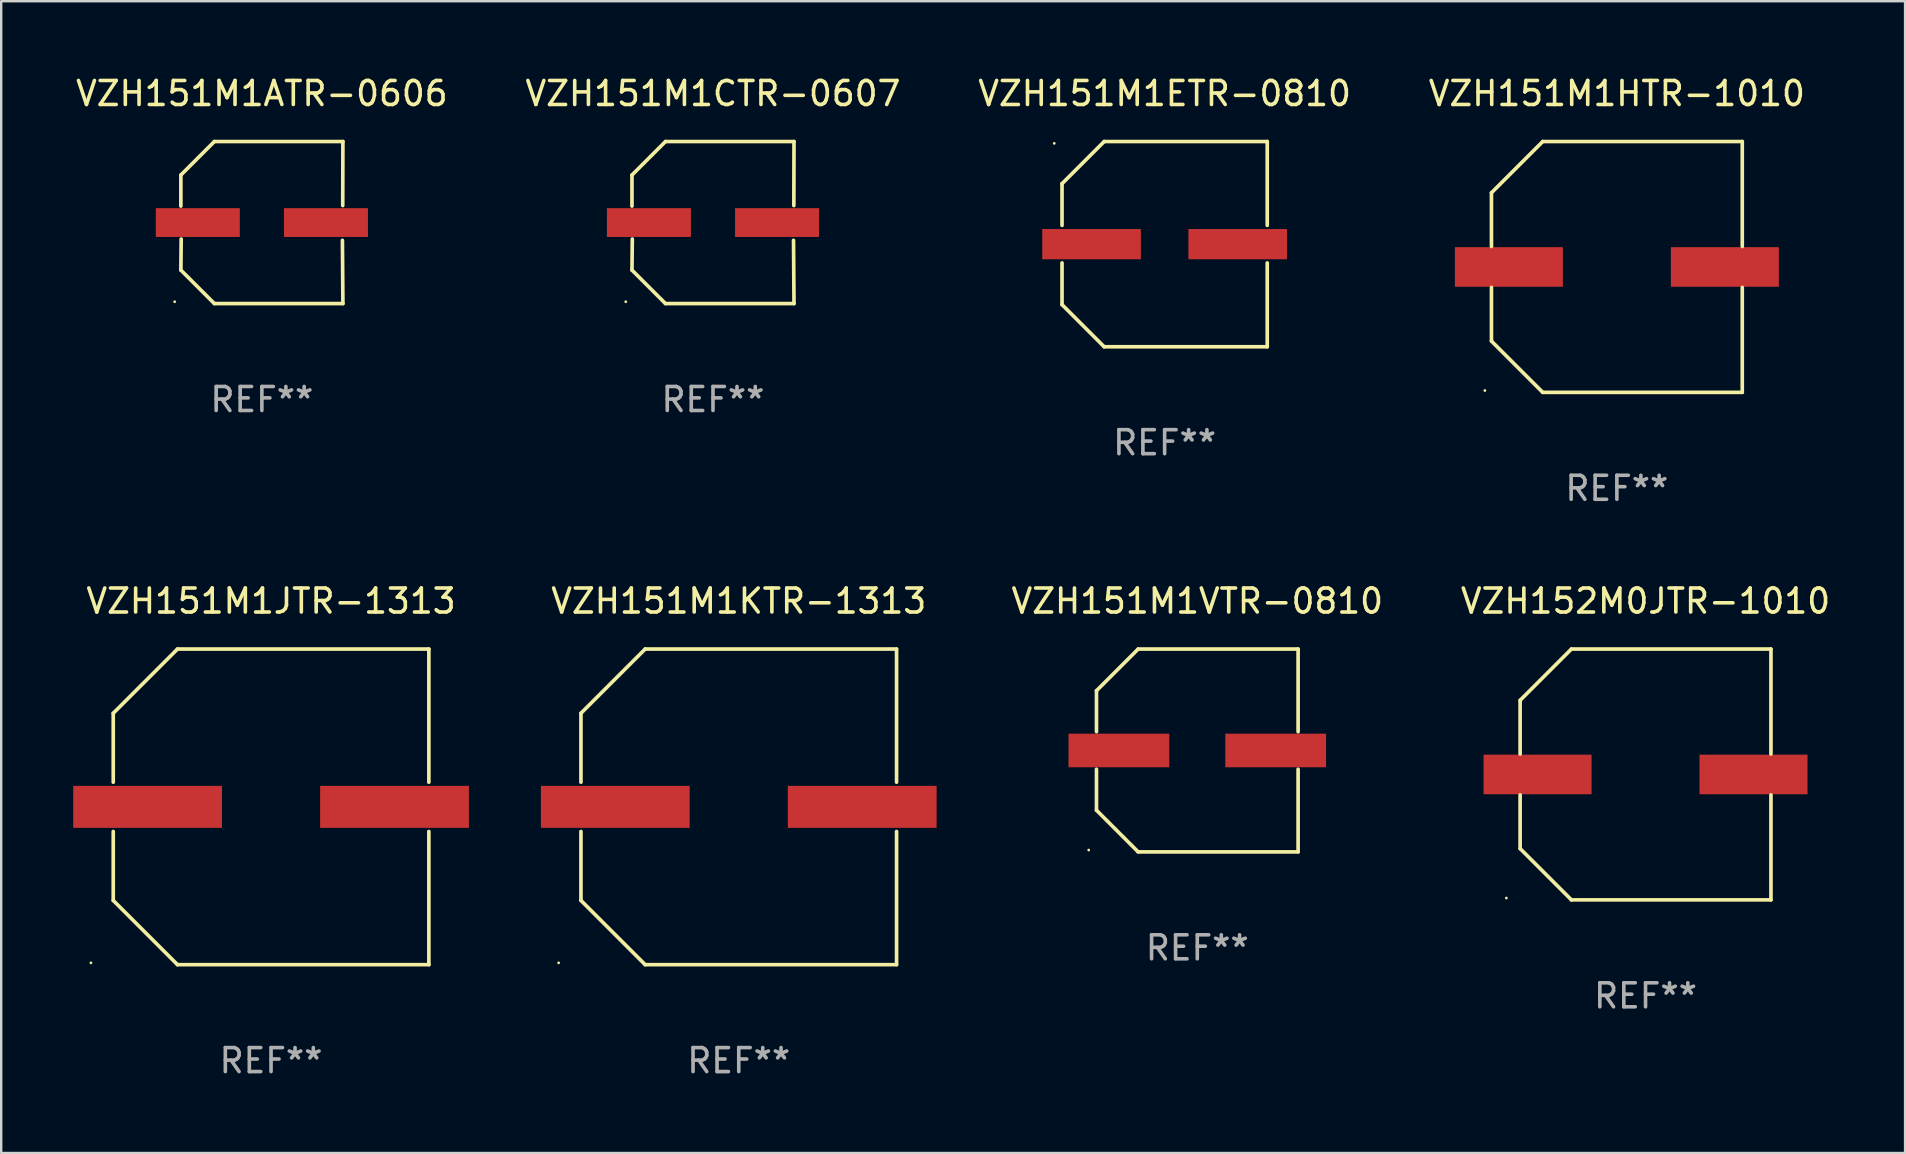
<source format=kicad_pcb>
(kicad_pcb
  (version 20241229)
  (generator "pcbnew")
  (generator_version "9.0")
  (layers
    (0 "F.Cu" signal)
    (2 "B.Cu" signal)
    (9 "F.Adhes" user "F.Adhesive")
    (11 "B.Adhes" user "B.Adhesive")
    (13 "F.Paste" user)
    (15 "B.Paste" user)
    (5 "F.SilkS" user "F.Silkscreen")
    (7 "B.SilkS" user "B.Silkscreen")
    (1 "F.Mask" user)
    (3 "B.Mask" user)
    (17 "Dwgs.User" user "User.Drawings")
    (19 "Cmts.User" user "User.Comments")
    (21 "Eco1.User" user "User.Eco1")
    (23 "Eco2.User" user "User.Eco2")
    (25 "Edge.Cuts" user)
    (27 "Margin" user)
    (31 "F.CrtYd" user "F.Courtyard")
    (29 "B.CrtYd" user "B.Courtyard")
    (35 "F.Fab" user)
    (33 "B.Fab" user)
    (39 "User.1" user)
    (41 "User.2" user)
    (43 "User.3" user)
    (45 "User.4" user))
  (footprint "VZH151M1ATR-0606"
    (layer "F.Cu")
    (at 7.863 6.224)
    (property "Reference" "VZH151M1ATR-0606" (at 0 -5.376 0) (layer "F.SilkS") (effects (font (size 1 1) (thickness 0.15))))
    (attr through_hole)
    (fp_line (start -3.376 -1.98) (end -3.376 -0.686) (stroke (width 0.152) (type solid)) (layer "F.SilkS"))
    (fp_line (start -3.376 1.981) (end -3.362 0.686) (stroke (width 0.152) (type solid)) (layer "F.SilkS"))
    (fp_line (start -1.981 3.376) (end -3.376 1.981) (stroke (width 0.152) (type solid)) (layer "F.SilkS"))
    (fp_line (start -1.98 -3.376) (end -3.376 -1.98) (stroke (width 0.152) (type solid)) (layer "F.SilkS"))
    (fp_line (start 3.356 0.74) (end 3.376 3.376) (stroke (width 0.152) (type solid)) (layer "F.SilkS"))
    (fp_line (start 3.369 -0.707) (end 3.376 -3.376) (stroke (width 0.152) (type solid)) (layer "F.SilkS"))
    (fp_line (start 3.376 3.376) (end -1.981 3.376) (stroke (width 0.152) (type solid)) (layer "F.SilkS"))
    (fp_line (start 3.376 -3.376) (end -1.98 -3.376) (stroke (width 0.152) (type solid)) (layer "F.SilkS"))
    (fp_circle (center -3.634 3.3) (end -3.604 3.3) (stroke (width 0.06) (type solid)) (fill no) (layer "F.SilkS"))
    (fp_text user "REF**" (at 0 7.376 0) (layer "F.Fab") (effects (font (size 1 1) (thickness 0.15))))
    (pad "1" smd rect (at -2.67 0.000254) (size 3.5 1.2) (layers "F.Cu" "F.Mask" "F.Paste"))
    (pad "2" smd rect (at 2.67 0.000254) (size 3.5 1.2) (layers "F.Cu" "F.Mask" "F.Paste")))
  (footprint "VZH151M1VTR-0810"
    (layer "F.Cu")
    (at 46.843 28.223)
    (property "Reference" "VZH151M1VTR-0810" (at 0 -6.226 0) (layer "F.SilkS") (effects (font (size 1 1) (thickness 0.15))))
    (attr through_hole)
    (fp_line (start -4.201 -2.49) (end -4.201 -0.782) (stroke (width 0.152) (type solid)) (layer "F.SilkS"))
    (fp_line (start -4.201 2.49) (end -4.201 0.782) (stroke (width 0.152) (type solid)) (layer "F.SilkS"))
    (fp_line (start -2.465 -4.226) (end -4.201 -2.49) (stroke (width 0.152) (type solid)) (layer "F.SilkS"))
    (fp_line (start -2.465 4.226) (end -4.201 2.49) (stroke (width 0.152) (type solid)) (layer "F.SilkS"))
    (fp_line (start 4.201 -4.226) (end -2.465 -4.226) (stroke (width 0.152) (type solid)) (layer "F.SilkS"))
    (fp_line (start 4.201 -0.782) (end 4.201 -4.226) (stroke (width 0.152) (type solid)) (layer "F.SilkS"))
    (fp_line (start 4.201 0.782) (end 4.201 4.226) (stroke (width 0.152) (type solid)) (layer "F.SilkS"))
    (fp_line (start 4.201 4.226) (end -2.465 4.226) (stroke (width 0.152) (type solid)) (layer "F.SilkS"))
    (fp_circle (center -4.524 4.15) (end -4.494 4.15) (stroke (width 0.06) (type solid)) (fill no) (layer "F.SilkS"))
    (fp_text user "REF**" (at 0 8.226 0) (layer "F.Fab") (effects (font (size 1 1) (thickness 0.15))))
    (pad "1" smd rect (at -3.267 0) (size 4.2 1.4) (layers "F.Cu" "F.Mask" "F.Paste"))
    (pad "2" smd rect (at 3.267 0) (size 4.2 1.4) (layers "F.Cu" "F.Mask" "F.Paste")))
  (footprint "VZH151M1KTR-1313"
    (layer "F.Cu")
    (at 27.735 30.573)
    (property "Reference" "VZH151M1KTR-1313" (at 0 -8.576 0) (layer "F.SilkS") (effects (font (size 1 1) (thickness 0.15))))
    (attr through_hole)
    (fp_line (start -6.576 -3.9) (end -6.576 -1.027) (stroke (width 0.152) (type solid)) (layer "F.SilkS"))
    (fp_line (start -6.576 3.9) (end -6.576 1.027) (stroke (width 0.152) (type solid)) (layer "F.SilkS"))
    (fp_line (start -3.9 -6.576) (end -6.576 -3.9) (stroke (width 0.152) (type solid)) (layer "F.SilkS"))
    (fp_line (start -3.9 6.576) (end -6.576 3.9) (stroke (width 0.152) (type solid)) (layer "F.SilkS"))
    (fp_line (start 6.576 -6.576) (end -3.9 -6.576) (stroke (width 0.152) (type solid)) (layer "F.SilkS"))
    (fp_line (start 6.576 -1.027) (end 6.576 -6.576) (stroke (width 0.152) (type solid)) (layer "F.SilkS"))
    (fp_line (start 6.576 1.027) (end 6.576 6.576) (stroke (width 0.152) (type solid)) (layer "F.SilkS"))
    (fp_line (start 6.576 6.576) (end -3.9 6.576) (stroke (width 0.152) (type solid)) (layer "F.SilkS"))
    (fp_circle (center -7.506 6.5) (end -7.476 6.5) (stroke (width 0.06) (type solid)) (fill no) (layer "F.SilkS"))
    (fp_text user "REF**" (at 0 10.576 0) (layer "F.Fab") (effects (font (size 1 1) (thickness 0.15))))
    (pad "1" smd rect (at -5.145 0) (size 6.2 1.75) (layers "F.Cu" "F.Mask" "F.Paste"))
    (pad "2" smd rect (at 5.145 0) (size 6.2 1.75) (layers "F.Cu" "F.Mask" "F.Paste")))
  (footprint "VZH151M1ETR-0810"
    (layer "F.Cu")
    (at 45.482 7.124)
    (property "Reference" "VZH151M1ETR-0810" (at 0 -6.276 0) (layer "F.SilkS") (effects (font (size 1 1) (thickness 0.15))))
    (attr through_hole)
    (fp_line (start -4.276 -2.52) (end -2.52 -4.276) (stroke (width 0.152) (type solid)) (layer "F.SilkS"))
    (fp_line (start -4.276 -0.782) (end -4.276 -2.52) (stroke (width 0.152) (type solid)) (layer "F.SilkS"))
    (fp_line (start -4.276 0.782) (end -4.276 2.52) (stroke (width 0.152) (type solid)) (layer "F.SilkS"))
    (fp_line (start -4.276 2.52) (end -2.52 4.276) (stroke (width 0.152) (type solid)) (layer "F.SilkS"))
    (fp_line (start -2.52 -4.276) (end 4.276 -4.276) (stroke (width 0.152) (type solid)) (layer "F.SilkS"))
    (fp_line (start -2.52 4.276) (end 4.276 4.276) (stroke (width 0.152) (type solid)) (layer "F.SilkS"))
    (fp_line (start 4.276 -4.276) (end 4.276 -0.782) (stroke (width 0.152) (type solid)) (layer "F.SilkS"))
    (fp_line (start 4.276 4.276) (end 4.276 0.782) (stroke (width 0.152) (type solid)) (layer "F.SilkS"))
    (fp_circle (center -4.6 -4.2) (end -4.57 -4.2) (stroke (width 0.06) (type solid)) (fill no) (layer "F.SilkS"))
    (fp_text user "REF**" (at 0 8.276 0) (layer "F.Fab") (effects (font (size 1 1) (thickness 0.15))))
    (pad "1" smd rect (at -3.045 -0.000025) (size 4.11 1.26) (layers "F.Cu" "F.Mask" "F.Paste"))
    (pad "2" smd rect (at 3.045 -0.000025) (size 4.11 1.26) (layers "F.Cu" "F.Mask" "F.Paste")))
  (footprint "VZH151M1CTR-0607"
    (layer "F.Cu")
    (at 26.661 6.224)
    (property "Reference" "VZH151M1CTR-0607" (at 0 -5.376 0) (layer "F.SilkS") (effects (font (size 1 1) (thickness 0.15))))
    (attr through_hole)
    (fp_line (start -3.376 -1.98) (end -3.376 -0.686) (stroke (width 0.152) (type solid)) (layer "F.SilkS"))
    (fp_line (start -3.376 1.981) (end -3.362 0.686) (stroke (width 0.152) (type solid)) (layer "F.SilkS"))
    (fp_line (start -1.981 3.376) (end -3.376 1.981) (stroke (width 0.152) (type solid)) (layer "F.SilkS"))
    (fp_line (start -1.98 -3.376) (end -3.376 -1.98) (stroke (width 0.152) (type solid)) (layer "F.SilkS"))
    (fp_line (start 3.356 0.74) (end 3.376 3.376) (stroke (width 0.152) (type solid)) (layer "F.SilkS"))
    (fp_line (start 3.369 -0.707) (end 3.376 -3.376) (stroke (width 0.152) (type solid)) (layer "F.SilkS"))
    (fp_line (start 3.376 3.376) (end -1.981 3.376) (stroke (width 0.152) (type solid)) (layer "F.SilkS"))
    (fp_line (start 3.376 -3.376) (end -1.98 -3.376) (stroke (width 0.152) (type solid)) (layer "F.SilkS"))
    (fp_circle (center -3.634 3.3) (end -3.604 3.3) (stroke (width 0.06) (type solid)) (fill no) (layer "F.SilkS"))
    (fp_text user "REF**" (at 0 7.376 0) (layer "F.Fab") (effects (font (size 1 1) (thickness 0.15))))
    (pad "1" smd rect (at -2.67 0.000254) (size 3.5 1.2) (layers "F.Cu" "F.Mask" "F.Paste"))
    (pad "2" smd rect (at 2.67 0.000254) (size 3.5 1.2) (layers "F.Cu" "F.Mask" "F.Paste")))
  (footprint "VZH152M0JTR-1010"
    (layer "F.Cu")
    (at 65.522 29.223)
    (property "Reference" "VZH152M0JTR-1010" (at 0 -7.226 0) (layer "F.SilkS") (effects (font (size 1 1) (thickness 0.15))))
    (attr through_hole)
    (fp_line (start -5.226 -3.09) (end -5.226 -0.852) (stroke (width 0.152) (type solid)) (layer "F.SilkS"))
    (fp_line (start -5.226 3.09) (end -5.226 0.852) (stroke (width 0.152) (type solid)) (layer "F.SilkS"))
    (fp_line (start -3.09 -5.226) (end -5.226 -3.09) (stroke (width 0.152) (type solid)) (layer "F.SilkS"))
    (fp_line (start -3.09 5.226) (end -5.226 3.09) (stroke (width 0.152) (type solid)) (layer "F.SilkS"))
    (fp_line (start 5.226 -5.226) (end -3.09 -5.226) (stroke (width 0.152) (type solid)) (layer "F.SilkS"))
    (fp_line (start 5.226 -0.852) (end 5.226 -5.226) (stroke (width 0.152) (type solid)) (layer "F.SilkS"))
    (fp_line (start 5.226 0.852) (end 5.226 5.226) (stroke (width 0.152) (type solid)) (layer "F.SilkS"))
    (fp_line (start 5.226 5.226) (end -3.09 5.226) (stroke (width 0.152) (type solid)) (layer "F.SilkS"))
    (fp_circle (center -5.8 5.15) (end -5.77 5.15) (stroke (width 0.06) (type solid)) (fill no) (layer "F.SilkS"))
    (fp_text user "REF**" (at 0 9.226 0) (layer "F.Fab") (effects (font (size 1 1) (thickness 0.15))))
    (pad "1" smd rect (at -4.5 0) (size 4.5 1.65) (layers "F.Cu" "F.Mask" "F.Paste"))
    (pad "2" smd rect (at 4.5 0) (size 4.5 1.65) (layers "F.Cu" "F.Mask" "F.Paste")))
  (footprint "VZH151M1HTR-1010"
    (layer "F.Cu")
    (at 64.327 8.074)
    (property "Reference" "VZH151M1HTR-1010" (at 0 -7.226 0) (layer "F.SilkS") (effects (font (size 1 1) (thickness 0.15))))
    (attr through_hole)
    (fp_line (start -5.226 -3.09) (end -5.226 -0.852) (stroke (width 0.152) (type solid)) (layer "F.SilkS"))
    (fp_line (start -5.226 3.09) (end -5.226 0.852) (stroke (width 0.152) (type solid)) (layer "F.SilkS"))
    (fp_line (start -3.09 -5.226) (end -5.226 -3.09) (stroke (width 0.152) (type solid)) (layer "F.SilkS"))
    (fp_line (start -3.09 5.226) (end -5.226 3.09) (stroke (width 0.152) (type solid)) (layer "F.SilkS"))
    (fp_line (start 5.226 -5.226) (end -3.09 -5.226) (stroke (width 0.152) (type solid)) (layer "F.SilkS"))
    (fp_line (start 5.226 -0.852) (end 5.226 -5.226) (stroke (width 0.152) (type solid)) (layer "F.SilkS"))
    (fp_line (start 5.226 0.852) (end 5.226 5.226) (stroke (width 0.152) (type solid)) (layer "F.SilkS"))
    (fp_line (start 5.226 5.226) (end -3.09 5.226) (stroke (width 0.152) (type solid)) (layer "F.SilkS"))
    (fp_circle (center -5.5 5.15) (end -5.47 5.15) (stroke (width 0.06) (type solid)) (fill no) (layer "F.SilkS"))
    (fp_text user "REF**" (at 0 9.226 0) (layer "F.Fab") (effects (font (size 1 1) (thickness 0.15))))
    (pad "1" smd rect (at -4.5 -0.000025) (size 4.5 1.65) (layers "F.Cu" "F.Mask" "F.Paste"))
    (pad "2" smd rect (at 4.5 -0.000025) (size 4.5 1.65) (layers "F.Cu" "F.Mask" "F.Paste")))
  (footprint "VZH151M1JTR-1313"
    (layer "F.Cu")
    (at 8.245 30.573)
    (property "Reference" "VZH151M1JTR-1313" (at 0 -8.576 0) (layer "F.SilkS") (effects (font (size 1 1) (thickness 0.15))))
    (attr through_hole)
    (fp_line (start -6.576 -3.9) (end -6.576 -1.027) (stroke (width 0.152) (type solid)) (layer "F.SilkS"))
    (fp_line (start -6.576 3.9) (end -6.576 1.027) (stroke (width 0.152) (type solid)) (layer "F.SilkS"))
    (fp_line (start -3.9 -6.576) (end -6.576 -3.9) (stroke (width 0.152) (type solid)) (layer "F.SilkS"))
    (fp_line (start -3.9 6.576) (end -6.576 3.9) (stroke (width 0.152) (type solid)) (layer "F.SilkS"))
    (fp_line (start 6.576 -6.576) (end -3.9 -6.576) (stroke (width 0.152) (type solid)) (layer "F.SilkS"))
    (fp_line (start 6.576 -1.027) (end 6.576 -6.576) (stroke (width 0.152) (type solid)) (layer "F.SilkS"))
    (fp_line (start 6.576 1.027) (end 6.576 6.576) (stroke (width 0.152) (type solid)) (layer "F.SilkS"))
    (fp_line (start 6.576 6.576) (end -3.9 6.576) (stroke (width 0.152) (type solid)) (layer "F.SilkS"))
    (fp_circle (center -7.506 6.5) (end -7.476 6.5) (stroke (width 0.06) (type solid)) (fill no) (layer "F.SilkS"))
    (fp_text user "REF**" (at 0 10.576 0) (layer "F.Fab") (effects (font (size 1 1) (thickness 0.15))))
    (pad "1" smd rect (at -5.145 0) (size 6.2 1.75) (layers "F.Cu" "F.Mask" "F.Paste"))
    (pad "2" smd rect (at 5.145 0) (size 6.2 1.75) (layers "F.Cu" "F.Mask" "F.Paste")))
  (gr_rect
    (start -3 -3)
    (end 76.337 44.998)
    (stroke (width 0.1) (type default))
    (fill no)
    (layer "Edge.Cuts")))
</source>
